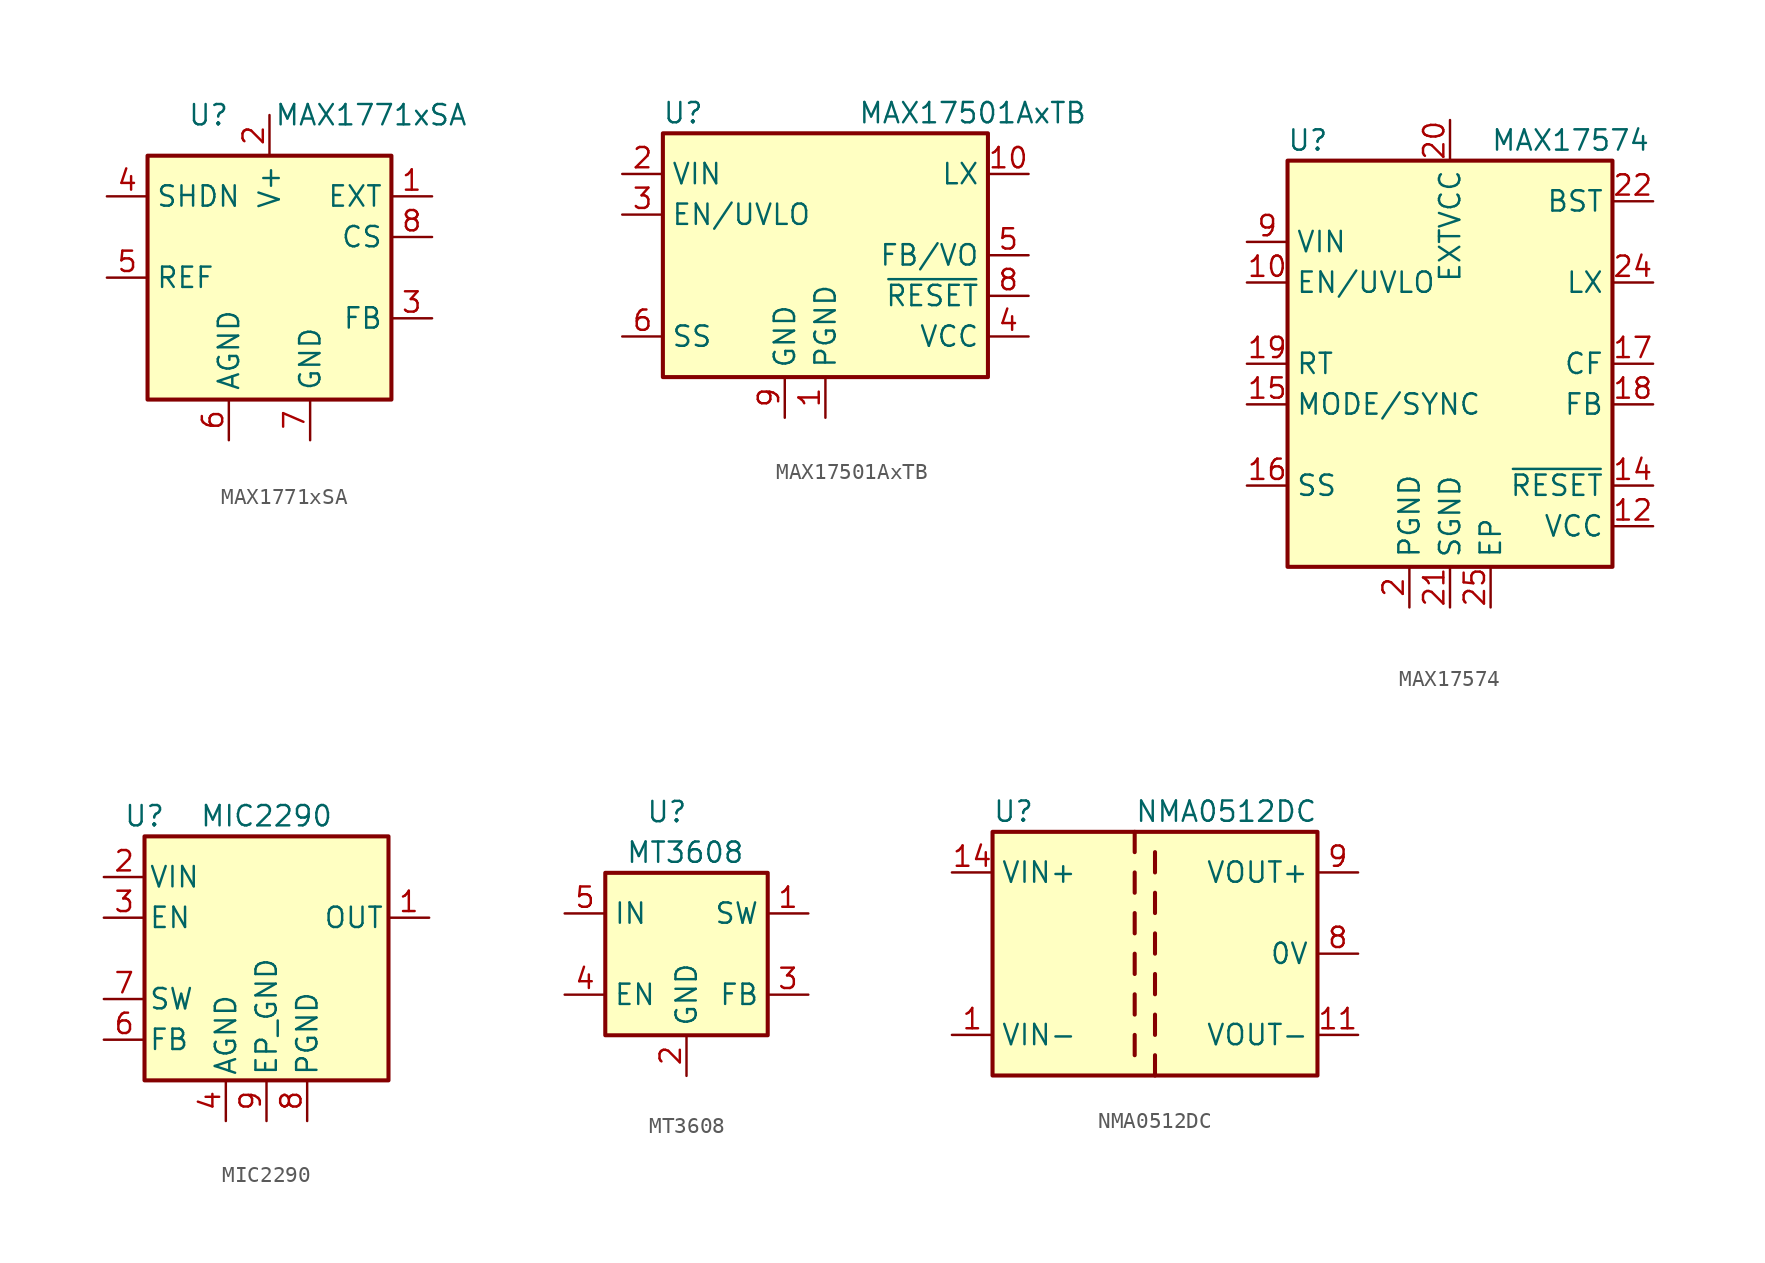
<source format=kicad_sym>
(kicad_symbol_lib
  (version 20201005)
  (generator kicad_symbol_editor)
  (symbol "Regulator_Switching:MAX1771xSA"
    (property "Reference" "U"
      (at -3.81 10.16 0)
      (effects (font (size 1.27 1.27))))
    (property "Value" "MAX1771xSA"
      (at 6.35 10.16 0)
      (effects (font (size 1.27 1.27))))
    (symbol "MAX1771xSA_0_1"
      (rectangle (start -7.62 7.62) (end 7.62 -7.62) (stroke (width 0.254)) (fill (type background))))
    (symbol "MAX1771xSA_1_1"
      (pin output line (at 10.16 5.08 180) (length 2.54) (name "EXT" (effects (font (size 1.27 1.27)))) (number "1" (effects (font (size 1.27 1.27)))))
      (pin power_in line (at 0 10.16 270) (length 2.54) (name "V+" (effects (font (size 1.27 1.27)))) (number "2" (effects (font (size 1.27 1.27)))))
      (pin input line (at 10.16 -2.54 180) (length 2.54) (name "FB" (effects (font (size 1.27 1.27)))) (number "3" (effects (font (size 1.27 1.27)))))
      (pin input line (at -10.16 5.08 0) (length 2.54) (name "SHDN" (effects (font (size 1.27 1.27)))) (number "4" (effects (font (size 1.27 1.27)))))
      (pin passive line (at -10.16 0 0) (length 2.54) (name "REF" (effects (font (size 1.27 1.27)))) (number "5" (effects (font (size 1.27 1.27)))))
      (pin power_in line (at -2.54 -10.16 90) (length 2.54) (name "AGND" (effects (font (size 1.27 1.27)))) (number "6" (effects (font (size 1.27 1.27)))))
      (pin power_in line (at 2.54 -10.16 90) (length 2.54) (name "GND" (effects (font (size 1.27 1.27)))) (number "7" (effects (font (size 1.27 1.27)))))
      (pin input line (at 10.16 2.54 180) (length 2.54) (name "CS" (effects (font (size 1.27 1.27)))) (number "8" (effects (font (size 1.27 1.27)))))))
  (symbol "Regulator_Switching:MAX17501AxTB"
    (property "Reference" "U"
      (at -8.89 8.89 0)
      (effects (font (size 1.27 1.27))))
    (property "Value" "MAX17501AxTB"
      (at 2.032 8.89 0)
      (effects (font (size 1.27 1.27)) (justify left)))
    (symbol "MAX17501AxTB_0_1"
      (rectangle (start -10.16 7.62) (end 10.16 -7.62) (stroke (width 0.254)) (fill (type background))))
    (symbol "MAX17501AxTB_1_1"
      (pin power_in line (at 0 -10.16 90) (length 2.54) (name "PGND" (effects (font (size 1.27 1.27)))) (number "1" (effects (font (size 1.27 1.27)))))
      (pin power_out line (at 12.7 5.08 180) (length 2.54) (name "LX" (effects (font (size 1.27 1.27)))) (number "10" (effects (font (size 1.27 1.27)))))
      (pin passive line (at -2.54 -10.16 90) (length 2.54) hide (name "GND" (effects (font (size 1.27 1.27)))) (number "11" (effects (font (size 1.27 1.27)))))
      (pin power_in line (at -12.7 5.08 0) (length 2.54) (name "VIN" (effects (font (size 1.27 1.27)))) (number "2" (effects (font (size 1.27 1.27)))))
      (pin input line (at -12.7 2.54 0) (length 2.54) (name "EN/UVLO" (effects (font (size 1.27 1.27)))) (number "3" (effects (font (size 1.27 1.27)))))
      (pin power_out line (at 12.7 -5.08 180) (length 2.54) (name "VCC" (effects (font (size 1.27 1.27)))) (number "4" (effects (font (size 1.27 1.27)))))
      (pin input line (at 12.7 0 180) (length 2.54) (name "FB/VO" (effects (font (size 1.27 1.27)))) (number "5" (effects (font (size 1.27 1.27)))))
      (pin passive line (at -12.7 -5.08 0) (length 2.54) (name "SS" (effects (font (size 1.27 1.27)))) (number "6" (effects (font (size 1.27 1.27)))))
      (pin no_connect line (at -10.16 -2.54 0) (length 2.54) hide (name "NC" (effects (font (size 1.27 1.27)))) (number "7" (effects (font (size 1.27 1.27)))))
      (pin open_collector line (at 12.7 -2.54 180) (length 2.54) (name "~RESET" (effects (font (size 1.27 1.27)))) (number "8" (effects (font (size 1.27 1.27)))))
      (pin power_in line (at -2.54 -10.16 90) (length 2.54) (name "GND" (effects (font (size 1.27 1.27)))) (number "9" (effects (font (size 1.27 1.27)))))))
  (symbol "Regulator_Switching:MAX17574"
    (property "Reference" "U"
      (at -8.89 13.97 0)
      (effects (font (size 1.27 1.27))))
    (property "Value" "MAX17574"
      (at 2.54 13.97 0)
      (effects (font (size 1.27 1.27)) (justify left)))
    (symbol "MAX17574_0_1"
      (rectangle (start -10.16 12.7) (end 10.16 -12.7) (stroke (width 0.254)) (fill (type background))))
    (symbol "MAX17574_1_1"
      (pin passive line (at 12.7 5.08 180) (length 2.54) hide (name "LX" (effects (font (size 1.27 1.27)))) (number "1" (effects (font (size 1.27 1.27)))))
      (pin input line (at -12.7 5.08 0) (length 2.54) (name "EN/UVLO" (effects (font (size 1.27 1.27)))) (number "10" (effects (font (size 1.27 1.27)))))
      (pin passive line (at -2.54 -15.24 90) (length 2.54) hide (name "PGND" (effects (font (size 1.27 1.27)))) (number "11" (effects (font (size 1.27 1.27)))))
      (pin power_out line (at 12.7 -10.16 180) (length 2.54) (name "VCC" (effects (font (size 1.27 1.27)))) (number "12" (effects (font (size 1.27 1.27)))))
      (pin no_connect line (at 10.16 -5.08 180) (length 2.54) hide (name "NC" (effects (font (size 1.27 1.27)))) (number "13" (effects (font (size 1.27 1.27)))))
      (pin open_collector line (at 12.7 -7.62 180) (length 2.54) (name "~RESET" (effects (font (size 1.27 1.27)))) (number "14" (effects (font (size 1.27 1.27)))))
      (pin input line (at -12.7 -2.54 0) (length 2.54) (name "MODE/SYNC" (effects (font (size 1.27 1.27)))) (number "15" (effects (font (size 1.27 1.27)))))
      (pin passive line (at -12.7 -7.62 0) (length 2.54) (name "SS" (effects (font (size 1.27 1.27)))) (number "16" (effects (font (size 1.27 1.27)))))
      (pin passive line (at 12.7 0 180) (length 2.54) (name "CF" (effects (font (size 1.27 1.27)))) (number "17" (effects (font (size 1.27 1.27)))))
      (pin input line (at 12.7 -2.54 180) (length 2.54) (name "FB" (effects (font (size 1.27 1.27)))) (number "18" (effects (font (size 1.27 1.27)))))
      (pin input line (at -12.7 0 0) (length 2.54) (name "RT" (effects (font (size 1.27 1.27)))) (number "19" (effects (font (size 1.27 1.27)))))
      (pin power_in line (at -2.54 -15.24 90) (length 2.54) (name "PGND" (effects (font (size 1.27 1.27)))) (number "2" (effects (font (size 1.27 1.27)))))
      (pin power_in line (at 0 15.24 270) (length 2.54) (name "EXTVCC" (effects (font (size 1.27 1.27)))) (number "20" (effects (font (size 1.27 1.27)))))
      (pin power_in line (at 0 -15.24 90) (length 2.54) (name "SGND" (effects (font (size 1.27 1.27)))) (number "21" (effects (font (size 1.27 1.27)))))
      (pin passive line (at 12.7 10.16 180) (length 2.54) (name "BST" (effects (font (size 1.27 1.27)))) (number "22" (effects (font (size 1.27 1.27)))))
      (pin passive line (at 12.7 5.08 180) (length 2.54) hide (name "LX" (effects (font (size 1.27 1.27)))) (number "23" (effects (font (size 1.27 1.27)))))
      (pin power_out line (at 12.7 5.08 180) (length 2.54) (name "LX" (effects (font (size 1.27 1.27)))) (number "24" (effects (font (size 1.27 1.27)))))
      (pin power_in line (at 2.54 -15.24 90) (length 2.54) (name "EP" (effects (font (size 1.27 1.27)))) (number "25" (effects (font (size 1.27 1.27)))))
      (pin passive line (at -2.54 -15.24 90) (length 2.54) hide (name "PGND" (effects (font (size 1.27 1.27)))) (number "3" (effects (font (size 1.27 1.27)))))
      (pin no_connect line (at -10.16 2.54 0) (length 2.54) hide (name "NC" (effects (font (size 1.27 1.27)))) (number "4" (effects (font (size 1.27 1.27)))))
      (pin passive line (at -12.7 7.62 0) (length 2.54) hide (name "VIN" (effects (font (size 1.27 1.27)))) (number "5" (effects (font (size 1.27 1.27)))))
      (pin passive line (at -12.7 7.62 0) (length 2.54) hide (name "VIN" (effects (font (size 1.27 1.27)))) (number "6" (effects (font (size 1.27 1.27)))))
      (pin passive line (at -12.7 7.62 0) (length 2.54) hide (name "VIN" (effects (font (size 1.27 1.27)))) (number "7" (effects (font (size 1.27 1.27)))))
      (pin no_connect line (at -10.16 -5.08 0) (length 2.54) hide (name "NC" (effects (font (size 1.27 1.27)))) (number "8" (effects (font (size 1.27 1.27)))))
      (pin power_in line (at -12.7 7.62 0) (length 2.54) (name "VIN" (effects (font (size 1.27 1.27)))) (number "9" (effects (font (size 1.27 1.27)))))))
  (symbol "Regulator_Switching:MIC2290"
    (pin_names
      (offset 0.254))
    (property "Reference" "U"
      (at -7.62 8.89 0)
      (effects (font (size 1.27 1.27))))
    (property "Value" "MIC2290"
      (at 0 8.89 0)
      (effects (font (size 1.27 1.27))))
    (symbol "MIC2290_0_1"
      (rectangle (start -7.62 7.62) (end 7.62 -7.62) (stroke (width 0.254)) (fill (type background))))
    (symbol "MIC2290_1_1"
      (pin power_out line (at 10.16 2.54 180) (length 2.54) (name "OUT" (effects (font (size 1.27 1.27)))) (number "1" (effects (font (size 1.27 1.27)))))
      (pin power_in line (at -10.16 5.08 0) (length 2.54) (name "VIN" (effects (font (size 1.27 1.27)))) (number "2" (effects (font (size 1.27 1.27)))))
      (pin input line (at -10.16 2.54 0) (length 2.54) (name "EN" (effects (font (size 1.27 1.27)))) (number "3" (effects (font (size 1.27 1.27)))))
      (pin power_in line (at -2.54 -10.16 90) (length 2.54) (name "AGND" (effects (font (size 1.27 1.27)))) (number "4" (effects (font (size 1.27 1.27)))))
      (pin no_connect line (at 5.08 5.08 180) (length 2.54) hide (name "NC" (effects (font (size 1.27 1.27)))) (number "5" (effects (font (size 1.27 1.27)))))
      (pin input line (at -10.16 -5.08 0) (length 2.54) (name "FB" (effects (font (size 1.27 1.27)))) (number "6" (effects (font (size 1.27 1.27)))))
      (pin input line (at -10.16 -2.54 0) (length 2.54) (name "SW" (effects (font (size 1.27 1.27)))) (number "7" (effects (font (size 1.27 1.27)))))
      (pin power_in line (at 2.54 -10.16 90) (length 2.54) (name "PGND" (effects (font (size 1.27 1.27)))) (number "8" (effects (font (size 1.27 1.27)))))
      (pin power_in line (at 0 -10.16 90) (length 2.54) (name "EP_GND" (effects (font (size 1.27 1.27)))) (number "9" (effects (font (size 1.27 1.27)))))))
  (symbol "Regulator_Switching:MT3608"
    (property "Reference" "U"
      (at -2.54 8.89 0)
      (effects (font (size 1.27 1.27)) (justify left)))
    (property "Value" "MT3608"
      (at -3.81 6.35 0)
      (effects (font (size 1.27 1.27)) (justify left)))
    (symbol "MT3608_0_1"
      (rectangle (start -5.08 5.08) (end 5.08 -5.08) (stroke (width 0.254)) (fill (type background))))
    (symbol "MT3608_1_1"
      (pin passive line (at 7.62 2.54 180) (length 2.54) (name "SW" (effects (font (size 1.27 1.27)))) (number "1" (effects (font (size 1.27 1.27)))))
      (pin power_in line (at 0 -7.62 90) (length 2.54) (name "GND" (effects (font (size 1.27 1.27)))) (number "2" (effects (font (size 1.27 1.27)))))
      (pin input line (at 7.62 -2.54 180) (length 2.54) (name "FB" (effects (font (size 1.27 1.27)))) (number "3" (effects (font (size 1.27 1.27)))))
      (pin input line (at -7.62 -2.54 0) (length 2.54) (name "EN" (effects (font (size 1.27 1.27)))) (number "4" (effects (font (size 1.27 1.27)))))
      (pin power_in line (at -7.62 2.54 0) (length 2.54) (name "IN" (effects (font (size 1.27 1.27)))) (number "5" (effects (font (size 1.27 1.27)))))
      (pin no_connect line (at 5.08 0 180) (length 2.54) hide (name "NC" (effects (font (size 1.27 1.27)))) (number "6" (effects (font (size 1.27 1.27)))))))
  (symbol "Regulator_Switching:NMA0512DC"
    (property "Reference" "U"
      (at -10.16 8.89 0)
      (effects (font (size 1.27 1.27)) (justify left)))
    (property "Value" "NMA0512DC"
      (at -1.27 8.89 0)
      (effects (font (size 1.27 1.27)) (justify left)))
    (symbol "NMA0512DC_0_1"
      (rectangle (start -10.16 7.62) (end 10.16 -7.62) (stroke (width 0.254)) (fill (type background)))
      (polyline (pts (xy -1.27 -5.08) (xy -1.27 -6.35)) (stroke (width 0.254)) (fill (type none)))
      (polyline (pts (xy -1.27 -2.54) (xy -1.27 -3.81)) (stroke (width 0.254)) (fill (type none)))
      (polyline (pts (xy -1.27 0) (xy -1.27 -1.27)) (stroke (width 0.254)) (fill (type none)))
      (polyline (pts (xy -1.27 2.54) (xy -1.27 1.27)) (stroke (width 0.254)) (fill (type none)))
      (polyline (pts (xy -1.27 5.08) (xy -1.27 3.81)) (stroke (width 0.254)) (fill (type none)))
      (polyline (pts (xy -1.27 7.62) (xy -1.27 6.35)) (stroke (width 0.254)) (fill (type none)))
      (polyline (pts (xy 0 -7.62) (xy 0 -6.35)) (stroke (width 0.254)) (fill (type none)))
      (polyline (pts (xy 0 -5.08) (xy 0 -3.81)) (stroke (width 0.254)) (fill (type none)))
      (polyline (pts (xy 0 -1.27) (xy 0 -2.54)) (stroke (width 0.254)) (fill (type none)))
      (polyline (pts (xy 0 0) (xy 0 1.27)) (stroke (width 0.254)) (fill (type none)))
      (polyline (pts (xy 0 2.54) (xy 0 3.81)) (stroke (width 0.254)) (fill (type none)))
      (polyline (pts (xy 0 5.08) (xy 0 6.35)) (stroke (width 0.254)) (fill (type none))))
    (symbol "NMA0512DC_1_1"
      (pin power_in line (at -12.7 -5.08 0) (length 2.54) (name "VIN-" (effects (font (size 1.27 1.27)))) (number "1" (effects (font (size 1.27 1.27)))))
      (pin power_out line (at 12.7 -5.08 180) (length 2.54) (name "VOUT-" (effects (font (size 1.27 1.27)))) (number "11" (effects (font (size 1.27 1.27)))))
      (pin power_in line (at -12.7 5.08 0) (length 2.54) (name "VIN+" (effects (font (size 1.27 1.27)))) (number "14" (effects (font (size 1.27 1.27)))))
      (pin no_connect line (at -12.7 0 0) (length 2.54) hide (name "NC" (effects (font (size 1.27 1.27)))) (number "7" (effects (font (size 1.27 1.27)))))
      (pin power_out line (at 12.7 0 180) (length 2.54) (name "0V" (effects (font (size 1.27 1.27)))) (number "8" (effects (font (size 1.27 1.27)))))
      (pin power_out line (at 12.7 5.08 180) (length 2.54) (name "VOUT+" (effects (font (size 1.27 1.27)))) (number "9" (effects (font (size 1.27 1.27))))))))
</source>
